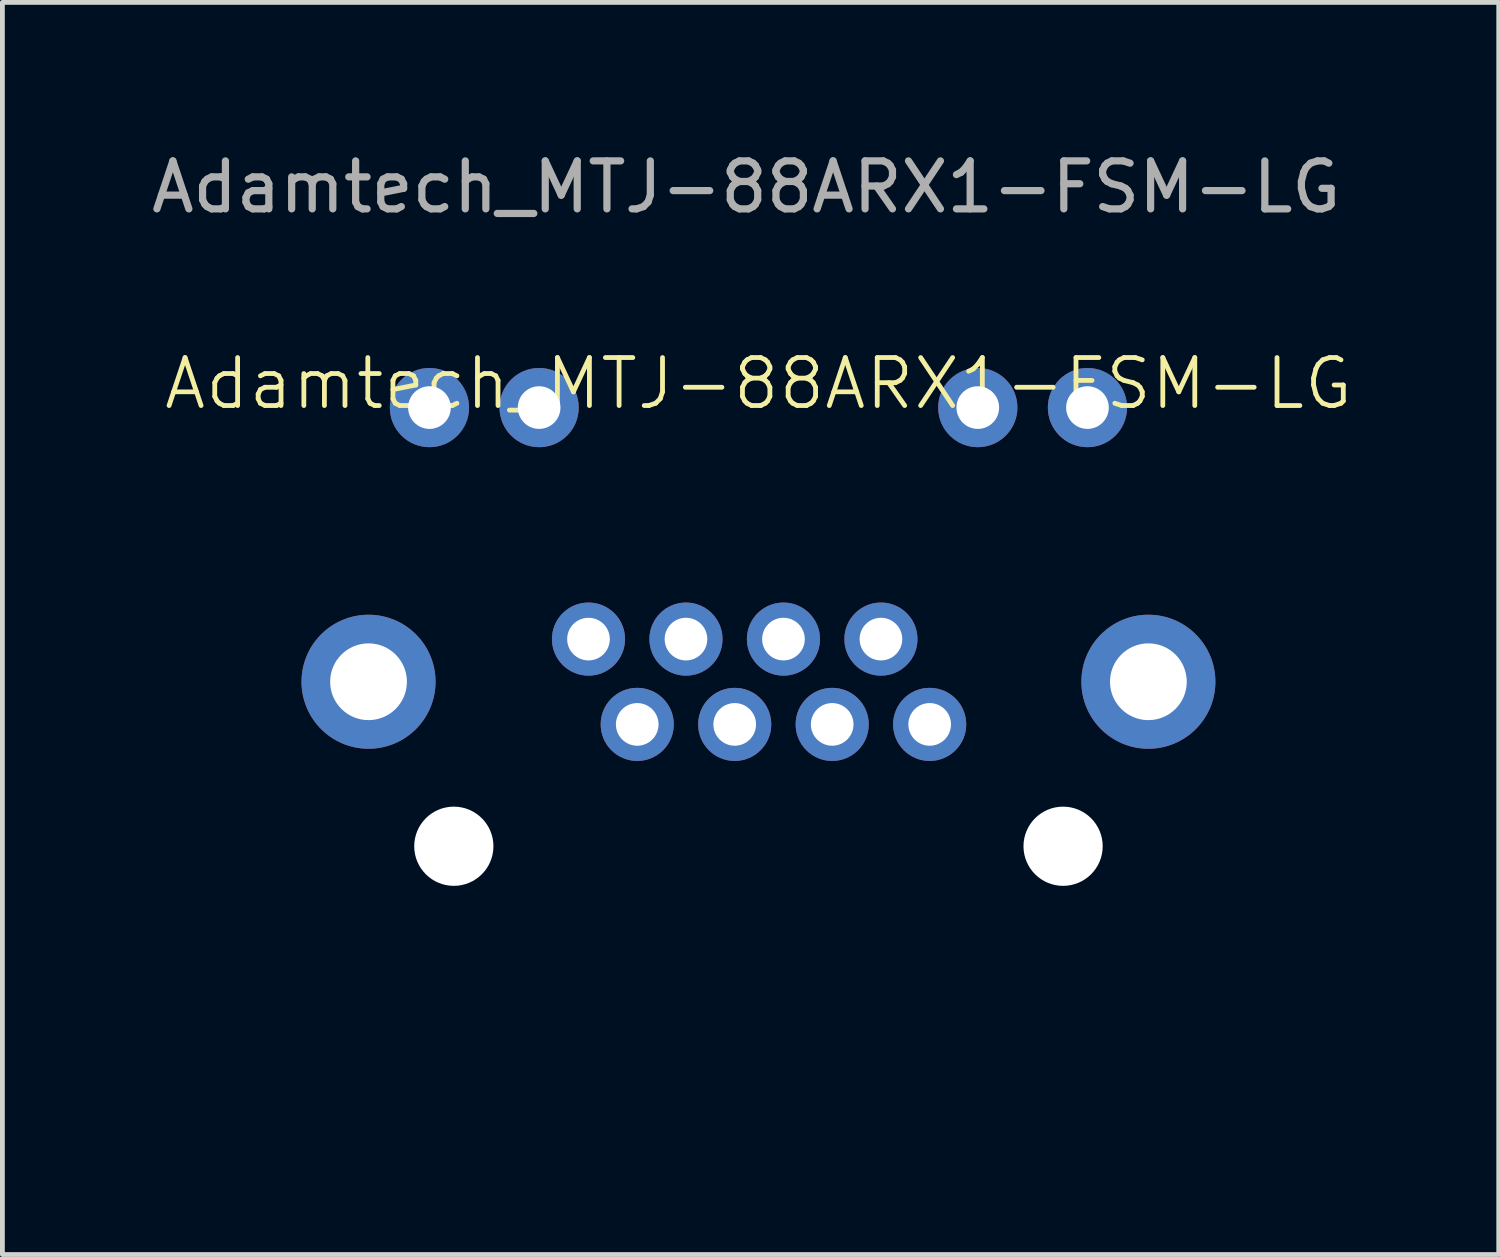
<source format=kicad_pcb>
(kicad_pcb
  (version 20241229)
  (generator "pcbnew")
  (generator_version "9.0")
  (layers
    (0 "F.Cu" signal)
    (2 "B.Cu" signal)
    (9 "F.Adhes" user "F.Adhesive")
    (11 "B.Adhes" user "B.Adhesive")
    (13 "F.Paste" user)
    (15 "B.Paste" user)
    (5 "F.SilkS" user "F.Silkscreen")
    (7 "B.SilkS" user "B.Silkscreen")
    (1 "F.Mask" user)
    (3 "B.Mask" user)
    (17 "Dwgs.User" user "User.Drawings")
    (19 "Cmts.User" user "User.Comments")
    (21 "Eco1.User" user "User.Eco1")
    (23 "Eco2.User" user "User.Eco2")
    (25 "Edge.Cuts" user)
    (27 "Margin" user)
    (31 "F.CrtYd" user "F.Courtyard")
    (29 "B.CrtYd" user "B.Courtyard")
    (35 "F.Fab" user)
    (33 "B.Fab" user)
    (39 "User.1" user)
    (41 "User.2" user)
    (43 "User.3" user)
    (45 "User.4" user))
  (footprint "Adamtech_MTJ-88ARX1-FSM-LG"
    (layer "F.Cu")
    (at 12.76 5.446)
    (property "Reference" "Adamtech_MTJ-88ARX1-FSM-LG" (at 0 -0.5 0) (unlocked yes) (layer "F.SilkS") (effects (font (size 1 1) (thickness 0.1))))
    (attr through_hole)
    (fp_line (start -9.876 14.605) (end 9.246 14.605) (stroke (width 0.1) (type default)) (layer "User.1"))
    (fp_text user "${REFERENCE}" (at -0.254 -4.597 0) (unlocked yes) (layer "F.Fab") (effects (font (size 1 1) (thickness 0.15))))
    (fp_text user "conn edge" (at 1.333 14.064 0) (unlocked yes) (layer "User.1") (effects (font (size 1 1) (thickness 0.15)) (justify left bottom)))
    (pad "" np_thru_hole circle (at -6.35 9.144) (size 1.651 1.651) (drill 3.2) (layers "*.Cu" "*.Mask"))
    (pad "" np_thru_hole circle (at 6.35 9.144) (size 1.651 1.651) (drill 3.2) (layers "*.Cu" "*.Mask"))
    (pad "1" thru_hole circle (at 3.569 6.604) (size 1.524 1.524) (drill 0.889) (layers "*.Cu" "*.Mask"))
    (pad "2" thru_hole circle (at 2.553 4.826) (size 1.524 1.524) (drill 0.889) (layers "*.Cu" "*.Mask"))
    (pad "3" thru_hole circle (at 1.537 6.604) (size 1.524 1.524) (drill 0.889) (layers "*.Cu" "*.Mask"))
    (pad "4" thru_hole circle (at 0.521 4.826) (size 1.524 1.524) (drill 0.889) (layers "*.Cu" "*.Mask"))
    (pad "5" thru_hole circle (at -0.495 6.604) (size 1.524 1.524) (drill 0.889) (layers "*.Cu" "*.Mask"))
    (pad "6" thru_hole circle (at -1.511 4.826) (size 1.524 1.524) (drill 0.889) (layers "*.Cu" "*.Mask"))
    (pad "7" thru_hole circle (at -2.527 6.604) (size 1.524 1.524) (drill 0.889) (layers "*.Cu" "*.Mask"))
    (pad "8" thru_hole circle (at -3.543 4.826) (size 1.524 1.524) (drill 0.889) (layers "*.Cu" "*.Mask"))
    (pad "9" thru_hole circle (at 6.858 0) (size 1.651 1.651) (drill 0.889) (layers "*.Cu" "*.Mask"))
    (pad "10" thru_hole circle (at 4.572 0) (size 1.651 1.651) (drill 0.889) (layers "*.Cu" "*.Mask"))
    (pad "11" thru_hole circle (at -4.572 0) (size 1.651 1.651) (drill 0.889) (layers "*.Cu" "*.Mask"))
    (pad "12" thru_hole circle (at -6.858 0) (size 1.651 1.651) (drill 0.889) (layers "*.Cu" "*.Mask"))
    (pad "SH" thru_hole circle (at -8.128 5.715) (size 2.794 2.794) (drill 1.6) (layers "*.Cu" "*.Mask"))
    (pad "SH" thru_hole circle (at 8.128 5.715) (size 2.794 2.794) (drill 1.6) (layers "*.Cu" "*.Mask")))
  (gr_rect
    (start -3 -3)
    (end 28.191 23.101)
    (stroke (width 0.1) (type default))
    (fill no)
    (layer "Edge.Cuts")))
</source>
